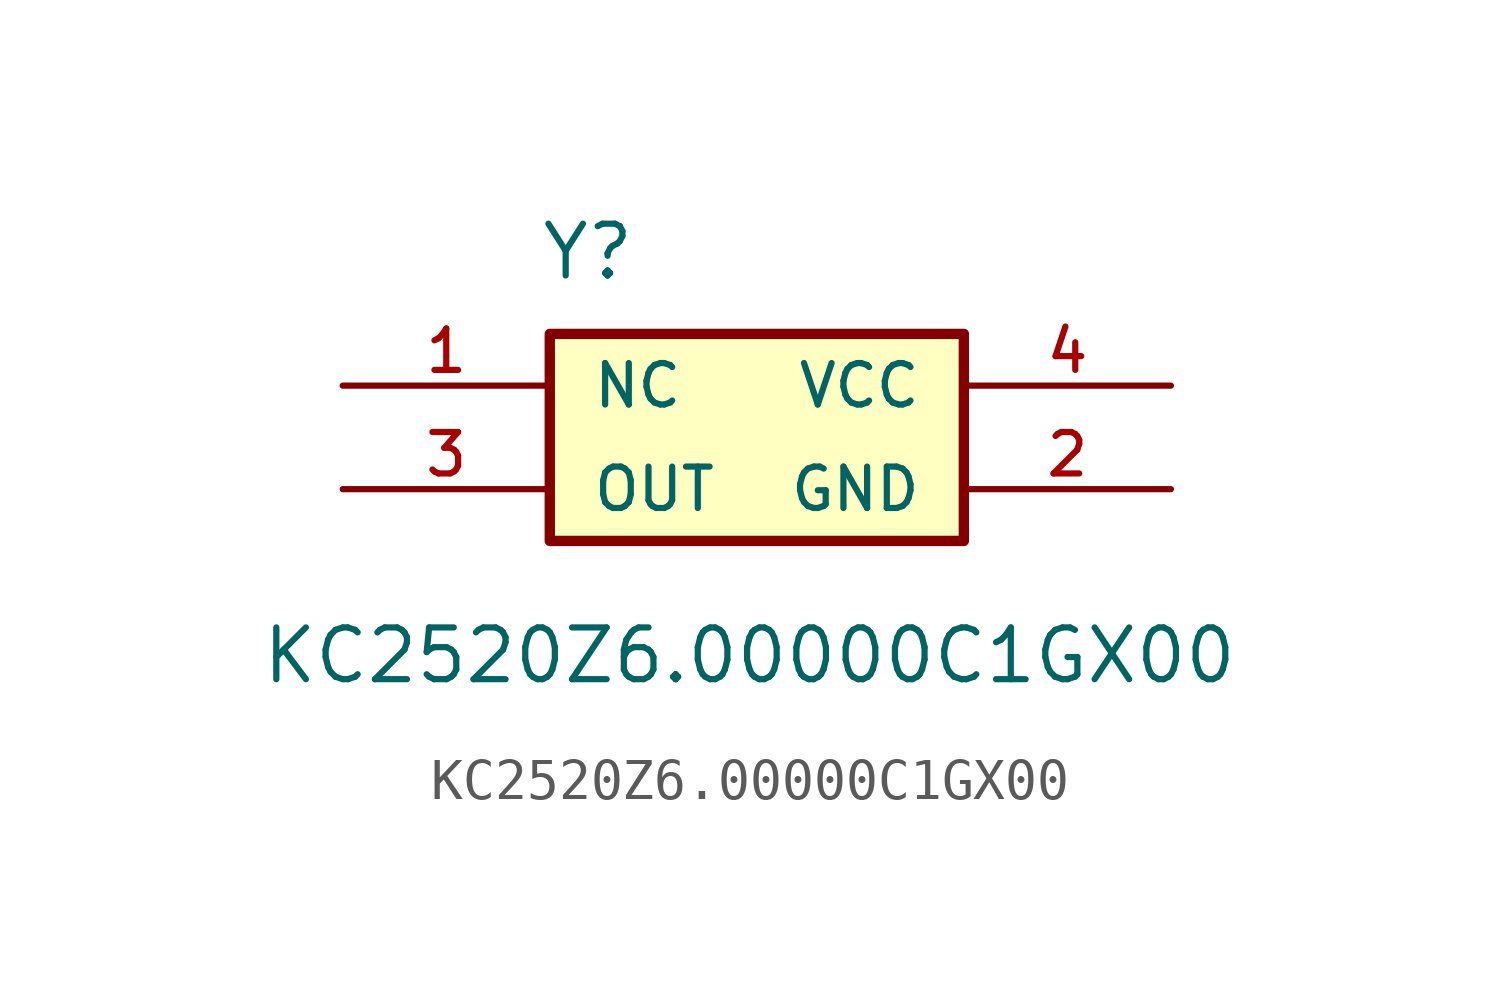
<source format=kicad_sym>
(kicad_symbol_lib
  (version 20241209)
  (generator "kicad_symbol_editor")
  (generator_version "9.0")
  (symbol "KC2520Z6.00000C1GX00"
    (pin_names
      (offset 1.016))
    (property "Reference" "Y"
      (at -5.334 3.81 0)
      (effects (font (size 1.27 1.27)) (justify left bottom)))
    (property "Value" "KC2520Z6.00000C1GX00"
      (at -12.192 -6.096 0)
      (effects (font (size 1.27 1.27)) (justify left bottom)))
    (symbol "KC2520Z6.00000C1GX00_0_0"
      (rectangle (start -5.08 2.54) (end 5.08 -2.54) (stroke (width 0.254) (type default)) (fill (type background)))
      (pin power_in line (at 10.16 1.27 180) (length 5.08) (name "VCC" (effects (font (size 1.016 1.016)))) (number "4" (effects (font (size 1.016 1.016))))))
    (symbol "KC2520Z6.00000C1GX00_1_0"
      (pin input line (at -10.16 1.27 0) (length 5.08) (name "NC" (effects (font (size 1.016 1.016)))) (number "1" (effects (font (size 1.016 1.016)))))
      (pin output line (at -10.16 -1.27 0) (length 5.08) (name "OUT" (effects (font (size 1.016 1.016)))) (number "3" (effects (font (size 1.016 1.016)))))
      (pin power_in line (at 10.16 -1.27 180) (length 5.08) (name "GND" (effects (font (size 1.016 1.016)))) (number "2" (effects (font (size 1.016 1.016))))))))
</source>
